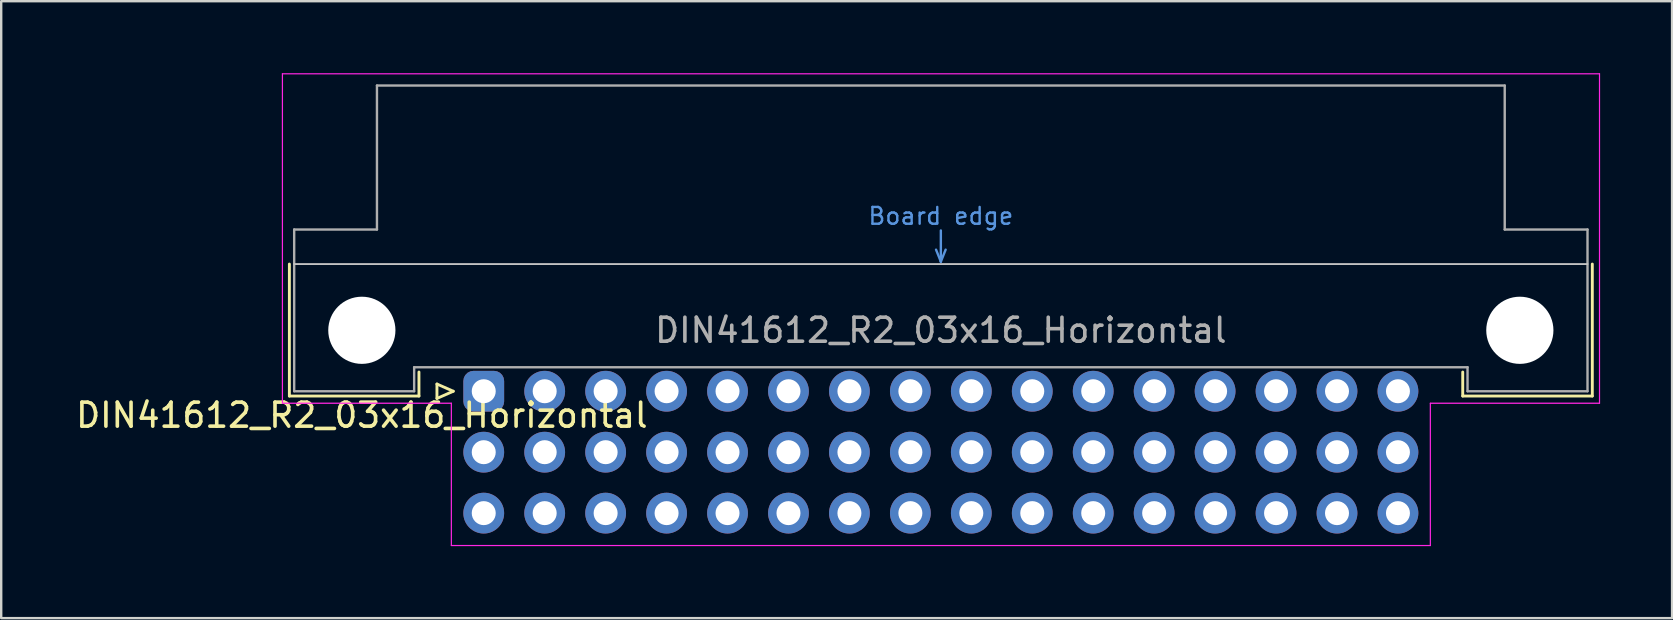
<source format=kicad_pcb>
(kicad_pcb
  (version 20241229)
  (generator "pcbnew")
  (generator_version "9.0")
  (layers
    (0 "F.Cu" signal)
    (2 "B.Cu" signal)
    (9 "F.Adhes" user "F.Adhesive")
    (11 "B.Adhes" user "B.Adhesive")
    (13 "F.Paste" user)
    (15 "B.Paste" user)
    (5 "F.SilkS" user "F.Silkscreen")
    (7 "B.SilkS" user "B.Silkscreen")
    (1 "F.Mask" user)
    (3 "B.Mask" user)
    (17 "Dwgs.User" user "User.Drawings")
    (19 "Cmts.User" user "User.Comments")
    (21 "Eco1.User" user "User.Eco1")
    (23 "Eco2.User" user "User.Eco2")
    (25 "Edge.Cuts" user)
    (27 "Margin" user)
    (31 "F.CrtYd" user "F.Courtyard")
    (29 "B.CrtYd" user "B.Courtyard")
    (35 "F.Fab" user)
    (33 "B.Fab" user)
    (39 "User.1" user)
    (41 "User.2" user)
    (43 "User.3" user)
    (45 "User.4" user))
  (footprint "DIN41612_R2_03x16_Horizontal"
    (layer "F.Cu")
    (at 17.11 13.255)
    (property "Reference" "DIN41612_R2_03x16_Horizontal" (at -5.08 1 0) (layer "F.SilkS") (effects (font (size 1 1) (thickness 0.15))))
    (attr through_hole)
    (fp_line (start -8.1 -5.3) (end -8.1 0.2) (stroke (width 0.12) (type solid)) (layer "F.SilkS"))
    (fp_line (start -8.1 0.2) (end -2.7 0.2) (stroke (width 0.12) (type solid)) (layer "F.SilkS"))
    (fp_line (start -2.7 0.2) (end -2.7 -0.8) (stroke (width 0.12) (type solid)) (layer "F.SilkS"))
    (fp_line (start -1.95 -0.3) (end -1.95 0.3) (stroke (width 0.12) (type solid)) (layer "F.SilkS"))
    (fp_line (start -1.95 0.3) (end -1.27 0) (stroke (width 0.12) (type solid)) (layer "F.SilkS"))
    (fp_line (start -1.27 0) (end -1.95 -0.3) (stroke (width 0.12) (type solid)) (layer "F.SilkS"))
    (fp_line (start 40.8 0.2) (end 40.8 -0.8) (stroke (width 0.12) (type solid)) (layer "F.SilkS"))
    (fp_line (start 46.2 -5.3) (end 46.2 0.2) (stroke (width 0.12) (type solid)) (layer "F.SilkS"))
    (fp_line (start 46.2 0.2) (end 40.8 0.2) (stroke (width 0.12) (type solid)) (layer "F.SilkS"))
    (fp_line (start -7.9 -5.3) (end 46 -5.3) (stroke (width 0.08) (type solid)) (layer "Dwgs.User"))
    (fp_line (start 18.85 -5.9) (end 19.05 -5.4) (stroke (width 0.1) (type solid)) (layer "Cmts.User"))
    (fp_line (start 19.05 -5.4) (end 19.05 -6.7) (stroke (width 0.1) (type solid)) (layer "Cmts.User"))
    (fp_line (start 19.05 -5.4) (end 19.25 -5.9) (stroke (width 0.1) (type solid)) (layer "Cmts.User"))
    (fp_line (start -8.39 -13.23) (end -8.39 0.5) (stroke (width 0.05) (type solid)) (layer "F.CrtYd"))
    (fp_line (start -8.39 0.5) (end -1.35 0.5) (stroke (width 0.05) (type solid)) (layer "F.CrtYd"))
    (fp_line (start -1.35 0.5) (end -1.35 6.43) (stroke (width 0.05) (type solid)) (layer "F.CrtYd"))
    (fp_line (start -1.35 6.43) (end 39.45 6.43) (stroke (width 0.05) (type solid)) (layer "F.CrtYd"))
    (fp_line (start 39.45 0.5) (end 46.5 0.5) (stroke (width 0.05) (type solid)) (layer "F.CrtYd"))
    (fp_line (start 39.45 6.43) (end 39.45 0.5) (stroke (width 0.05) (type solid)) (layer "F.CrtYd"))
    (fp_line (start 46.5 -13.23) (end -8.39 -13.23) (stroke (width 0.05) (type solid)) (layer "F.CrtYd"))
    (fp_line (start 46.5 0.5) (end 46.5 -13.23) (stroke (width 0.05) (type solid)) (layer "F.CrtYd"))
    (fp_line (start -7.9 -6.74) (end -7.9 0) (stroke (width 0.1) (type solid)) (layer "F.Fab"))
    (fp_line (start -7.9 0) (end -2.9 0) (stroke (width 0.1) (type solid)) (layer "F.Fab"))
    (fp_line (start -4.45 -12.74) (end -4.45 -6.74) (stroke (width 0.1) (type solid)) (layer "F.Fab"))
    (fp_line (start -4.45 -6.74) (end -7.9 -6.74) (stroke (width 0.1) (type solid)) (layer "F.Fab"))
    (fp_line (start -2.9 -1) (end 41 -1) (stroke (width 0.1) (type solid)) (layer "F.Fab"))
    (fp_line (start -2.9 0) (end -2.9 -1) (stroke (width 0.1) (type solid)) (layer "F.Fab"))
    (fp_line (start 41 -1) (end 41 0) (stroke (width 0.1) (type solid)) (layer "F.Fab"))
    (fp_line (start 41 0) (end 46 0) (stroke (width 0.1) (type solid)) (layer "F.Fab"))
    (fp_line (start 42.55 -12.74) (end -4.45 -12.74) (stroke (width 0.1) (type solid)) (layer "F.Fab"))
    (fp_line (start 42.55 -6.74) (end 42.55 -12.74) (stroke (width 0.1) (type solid)) (layer "F.Fab"))
    (fp_line (start 46 -6.74) (end 42.55 -6.74) (stroke (width 0.1) (type solid)) (layer "F.Fab"))
    (fp_line (start 46 0) (end 46 -6.74) (stroke (width 0.1) (type solid)) (layer "F.Fab"))
    (fp_text user "Board edge" (at 19.05 -7.3 0) (layer "Cmts.User") (effects (font (size 0.7 0.7) (thickness 0.1))))
    (fp_text user "${REFERENCE}" (at 19.05 -2.54 0) (layer "F.Fab") (effects (font (size 1 1) (thickness 0.15))))
    (pad "" np_thru_hole circle (at -5.08 -2.54) (size 2.8 2.8) (drill 2.8) (layers "*.Cu" "*.Mask"))
    (pad "" np_thru_hole circle (at 43.18 -2.54) (size 2.8 2.8) (drill 2.8) (layers "*.Cu" "*.Mask"))
    (pad "a1" thru_hole roundrect (at 0 0) (size 1.7 1.7) (drill 1) (layers "*.Cu" "*.Mask") (roundrect_rratio 0.25))
    (pad "a2" thru_hole circle (at 2.54 0) (size 1.7 1.7) (drill 1) (layers "*.Cu" "*.Mask"))
    (pad "a3" thru_hole circle (at 5.08 0) (size 1.7 1.7) (drill 1) (layers "*.Cu" "*.Mask"))
    (pad "a4" thru_hole circle (at 7.62 0) (size 1.7 1.7) (drill 1) (layers "*.Cu" "*.Mask"))
    (pad "a5" thru_hole circle (at 10.16 0) (size 1.7 1.7) (drill 1) (layers "*.Cu" "*.Mask"))
    (pad "a6" thru_hole circle (at 12.7 0) (size 1.7 1.7) (drill 1) (layers "*.Cu" "*.Mask"))
    (pad "a7" thru_hole circle (at 15.24 0) (size 1.7 1.7) (drill 1) (layers "*.Cu" "*.Mask"))
    (pad "a8" thru_hole circle (at 17.78 0) (size 1.7 1.7) (drill 1) (layers "*.Cu" "*.Mask"))
    (pad "a9" thru_hole circle (at 20.32 0) (size 1.7 1.7) (drill 1) (layers "*.Cu" "*.Mask"))
    (pad "a10" thru_hole circle (at 22.86 0) (size 1.7 1.7) (drill 1) (layers "*.Cu" "*.Mask"))
    (pad "a11" thru_hole circle (at 25.4 0) (size 1.7 1.7) (drill 1) (layers "*.Cu" "*.Mask"))
    (pad "a12" thru_hole circle (at 27.94 0) (size 1.7 1.7) (drill 1) (layers "*.Cu" "*.Mask"))
    (pad "a13" thru_hole circle (at 30.48 0) (size 1.7 1.7) (drill 1) (layers "*.Cu" "*.Mask"))
    (pad "a14" thru_hole circle (at 33.02 0) (size 1.7 1.7) (drill 1) (layers "*.Cu" "*.Mask"))
    (pad "a15" thru_hole circle (at 35.56 0) (size 1.7 1.7) (drill 1) (layers "*.Cu" "*.Mask"))
    (pad "a16" thru_hole circle (at 38.1 0) (size 1.7 1.7) (drill 1) (layers "*.Cu" "*.Mask"))
    (pad "b1" thru_hole circle (at 0 2.54) (size 1.7 1.7) (drill 1) (layers "*.Cu" "*.Mask"))
    (pad "b2" thru_hole circle (at 2.54 2.54) (size 1.7 1.7) (drill 1) (layers "*.Cu" "*.Mask"))
    (pad "b3" thru_hole circle (at 5.08 2.54) (size 1.7 1.7) (drill 1) (layers "*.Cu" "*.Mask"))
    (pad "b4" thru_hole circle (at 7.62 2.54) (size 1.7 1.7) (drill 1) (layers "*.Cu" "*.Mask"))
    (pad "b5" thru_hole circle (at 10.16 2.54) (size 1.7 1.7) (drill 1) (layers "*.Cu" "*.Mask"))
    (pad "b6" thru_hole circle (at 12.7 2.54) (size 1.7 1.7) (drill 1) (layers "*.Cu" "*.Mask"))
    (pad "b7" thru_hole circle (at 15.24 2.54) (size 1.7 1.7) (drill 1) (layers "*.Cu" "*.Mask"))
    (pad "b8" thru_hole circle (at 17.78 2.54) (size 1.7 1.7) (drill 1) (layers "*.Cu" "*.Mask"))
    (pad "b9" thru_hole circle (at 20.32 2.54) (size 1.7 1.7) (drill 1) (layers "*.Cu" "*.Mask"))
    (pad "b10" thru_hole circle (at 22.86 2.54) (size 1.7 1.7) (drill 1) (layers "*.Cu" "*.Mask"))
    (pad "b11" thru_hole circle (at 25.4 2.54) (size 1.7 1.7) (drill 1) (layers "*.Cu" "*.Mask"))
    (pad "b12" thru_hole circle (at 27.94 2.54) (size 1.7 1.7) (drill 1) (layers "*.Cu" "*.Mask"))
    (pad "b13" thru_hole circle (at 30.48 2.54) (size 1.7 1.7) (drill 1) (layers "*.Cu" "*.Mask"))
    (pad "b14" thru_hole circle (at 33.02 2.54) (size 1.7 1.7) (drill 1) (layers "*.Cu" "*.Mask"))
    (pad "b15" thru_hole circle (at 35.56 2.54) (size 1.7 1.7) (drill 1) (layers "*.Cu" "*.Mask"))
    (pad "b16" thru_hole circle (at 38.1 2.54) (size 1.7 1.7) (drill 1) (layers "*.Cu" "*.Mask"))
    (pad "c1" thru_hole circle (at 0 5.08) (size 1.7 1.7) (drill 1) (layers "*.Cu" "*.Mask"))
    (pad "c2" thru_hole circle (at 2.54 5.08) (size 1.7 1.7) (drill 1) (layers "*.Cu" "*.Mask"))
    (pad "c3" thru_hole circle (at 5.08 5.08) (size 1.7 1.7) (drill 1) (layers "*.Cu" "*.Mask"))
    (pad "c4" thru_hole circle (at 7.62 5.08) (size 1.7 1.7) (drill 1) (layers "*.Cu" "*.Mask"))
    (pad "c5" thru_hole circle (at 10.16 5.08) (size 1.7 1.7) (drill 1) (layers "*.Cu" "*.Mask"))
    (pad "c6" thru_hole circle (at 12.7 5.08) (size 1.7 1.7) (drill 1) (layers "*.Cu" "*.Mask"))
    (pad "c7" thru_hole circle (at 15.24 5.08) (size 1.7 1.7) (drill 1) (layers "*.Cu" "*.Mask"))
    (pad "c8" thru_hole circle (at 17.78 5.08) (size 1.7 1.7) (drill 1) (layers "*.Cu" "*.Mask"))
    (pad "c9" thru_hole circle (at 20.32 5.08) (size 1.7 1.7) (drill 1) (layers "*.Cu" "*.Mask"))
    (pad "c10" thru_hole circle (at 22.86 5.08) (size 1.7 1.7) (drill 1) (layers "*.Cu" "*.Mask"))
    (pad "c11" thru_hole circle (at 25.4 5.08) (size 1.7 1.7) (drill 1) (layers "*.Cu" "*.Mask"))
    (pad "c12" thru_hole circle (at 27.94 5.08) (size 1.7 1.7) (drill 1) (layers "*.Cu" "*.Mask"))
    (pad "c13" thru_hole circle (at 30.48 5.08) (size 1.7 1.7) (drill 1) (layers "*.Cu" "*.Mask"))
    (pad "c14" thru_hole circle (at 33.02 5.08) (size 1.7 1.7) (drill 1) (layers "*.Cu" "*.Mask"))
    (pad "c15" thru_hole circle (at 35.56 5.08) (size 1.7 1.7) (drill 1) (layers "*.Cu" "*.Mask"))
    (pad "c16" thru_hole circle (at 38.1 5.08) (size 1.7 1.7) (drill 1) (layers "*.Cu" "*.Mask")))
  (gr_rect
    (start -3 -3)
    (end 66.635 22.71)
    (stroke (width 0.1) (type default))
    (fill no)
    (layer "Edge.Cuts")))
</source>
